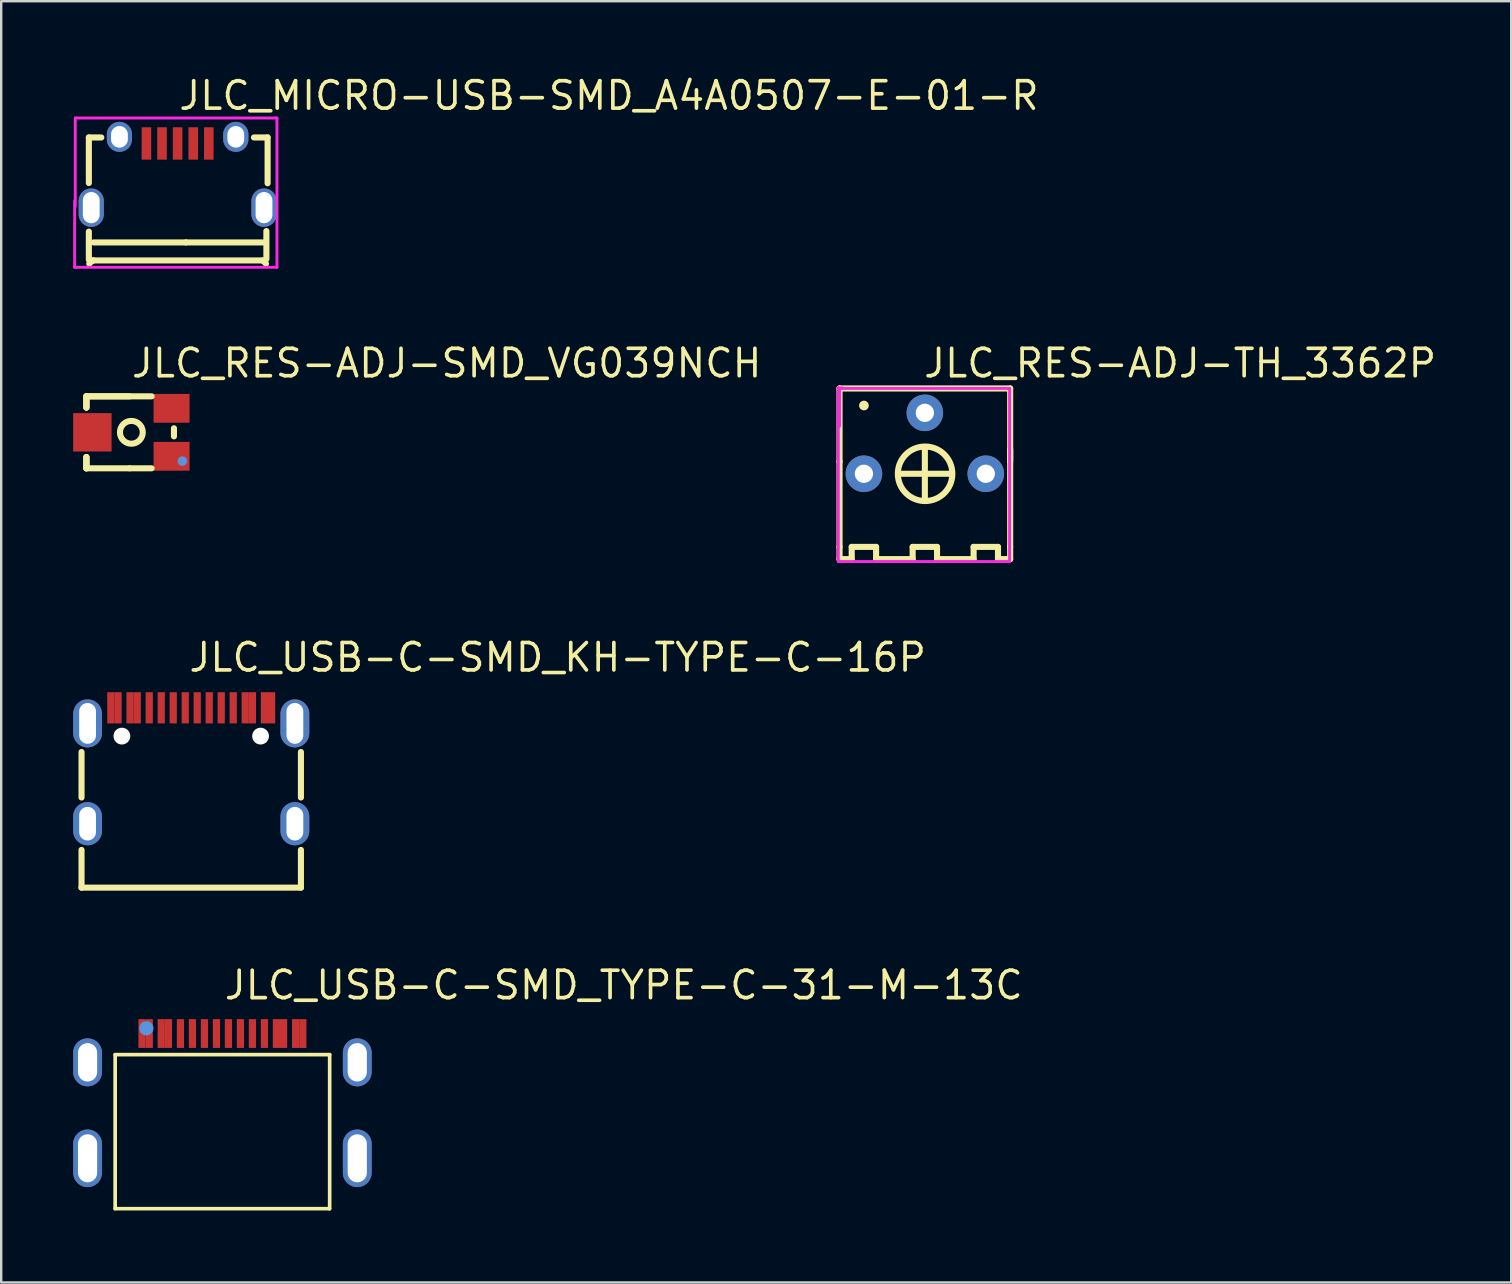
<source format=kicad_pcb>
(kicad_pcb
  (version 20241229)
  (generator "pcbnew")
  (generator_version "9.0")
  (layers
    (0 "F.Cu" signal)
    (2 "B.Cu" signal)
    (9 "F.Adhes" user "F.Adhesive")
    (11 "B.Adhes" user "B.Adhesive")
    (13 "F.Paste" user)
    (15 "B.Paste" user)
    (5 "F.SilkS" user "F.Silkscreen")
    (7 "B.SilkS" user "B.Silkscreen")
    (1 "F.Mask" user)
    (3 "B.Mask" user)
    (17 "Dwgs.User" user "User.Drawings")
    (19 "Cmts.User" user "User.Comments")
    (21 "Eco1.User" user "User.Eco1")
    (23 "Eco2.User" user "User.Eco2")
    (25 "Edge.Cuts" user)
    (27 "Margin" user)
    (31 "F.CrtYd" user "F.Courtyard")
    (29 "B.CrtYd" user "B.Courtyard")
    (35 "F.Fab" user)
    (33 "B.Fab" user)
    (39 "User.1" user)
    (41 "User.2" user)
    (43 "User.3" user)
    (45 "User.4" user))
  (footprint "JLC_RES-ADJ-TH_3362P"
    (layer "F.Cu")
    (at 35.496 15.426)
    (property "Reference" "JLC_RES-ADJ-TH_3362P" (at -0.127 -3.338 0) (layer "F.SilkS") (effects (font (size 1.143 1.143) (thickness 0.152)) (justify left)))
    (attr through_hole)
    (fp_line (start -3.556 -2.286) (end 3.556 -2.286) (stroke (width 0.254) (type solid)) (layer "F.SilkS"))
    (fp_line (start -3.556 0.762) (end -3.556 -2.286) (stroke (width 0.254) (type solid)) (layer "F.SilkS"))
    (fp_line (start -3.556 4.318) (end -3.556 0.762) (stroke (width 0.254) (type solid)) (layer "F.SilkS"))
    (fp_line (start -3.556 4.826) (end -3.556 4.318) (stroke (width 0.254) (type solid)) (layer "F.SilkS"))
    (fp_line (start -3.048 4.318) (end -3.048 4.826) (stroke (width 0.254) (type solid)) (layer "F.SilkS"))
    (fp_line (start -3.048 4.826) (end -3.556 4.826) (stroke (width 0.254) (type solid)) (layer "F.SilkS"))
    (fp_line (start -2.032 4.318) (end -3.048 4.318) (stroke (width 0.254) (type solid)) (layer "F.SilkS"))
    (fp_line (start -2.032 4.826) (end -2.032 4.318) (stroke (width 0.254) (type solid)) (layer "F.SilkS"))
    (fp_line (start -0.508 4.318) (end -0.508 4.826) (stroke (width 0.254) (type solid)) (layer "F.SilkS"))
    (fp_line (start -0.508 4.826) (end -2.032 4.826) (stroke (width 0.254) (type solid)) (layer "F.SilkS"))
    (fp_line (start 0 2.286) (end 0 0.254) (stroke (width 0.254) (type solid)) (layer "F.SilkS"))
    (fp_line (start 0.508 4.318) (end -0.508 4.318) (stroke (width 0.254) (type solid)) (layer "F.SilkS"))
    (fp_line (start 0.508 4.826) (end 0.508 4.318) (stroke (width 0.254) (type solid)) (layer "F.SilkS"))
    (fp_line (start 1.016 1.27) (end -1.016 1.27) (stroke (width 0.254) (type solid)) (layer "F.SilkS"))
    (fp_line (start 2.032 4.318) (end 2.032 4.826) (stroke (width 0.254) (type solid)) (layer "F.SilkS"))
    (fp_line (start 2.032 4.826) (end 0.508 4.826) (stroke (width 0.254) (type solid)) (layer "F.SilkS"))
    (fp_line (start 3.048 4.318) (end 2.032 4.318) (stroke (width 0.254) (type solid)) (layer "F.SilkS"))
    (fp_line (start 3.048 4.826) (end 3.048 4.318) (stroke (width 0.254) (type solid)) (layer "F.SilkS"))
    (fp_line (start 3.556 -2.286) (end 3.556 0.762) (stroke (width 0.254) (type solid)) (layer "F.SilkS"))
    (fp_line (start 3.556 0.254) (end 3.556 4.318) (stroke (width 0.254) (type solid)) (layer "F.SilkS"))
    (fp_line (start 3.556 4.318) (end 3.556 4.826) (stroke (width 0.254) (type solid)) (layer "F.SilkS"))
    (fp_line (start 3.556 4.826) (end 3.048 4.826) (stroke (width 0.254) (type solid)) (layer "F.SilkS"))
    (fp_arc (start -2.53746 -1.651) (mid -2.53873 -1.498611) (end -2.54 -1.651) (stroke (width 0.254) (type solid)) (layer "F.SilkS"))
    (fp_arc (start 0.02032 0.13462) (mid 0.01016 2.406421) (end 0 0.13462) (stroke (width 0.254) (type solid)) (layer "F.SilkS"))
    (fp_line (start -3.607 -2.311) (end -3.429 -2.311) (stroke (width 0.12) (type solid)) (layer "F.CrtYd"))
    (fp_line (start -3.607 4.928) (end -3.607 -2.311) (stroke (width 0.12) (type solid)) (layer "F.CrtYd"))
    (fp_line (start -3.556 -2.286) (end 3.531 -2.286) (stroke (width 0.12) (type solid)) (layer "F.CrtYd"))
    (fp_line (start -3.556 -0.711) (end -3.556 -2.286) (stroke (width 0.12) (type solid)) (layer "F.CrtYd"))
    (fp_line (start 3.531 -2.286) (end 3.531 4.928) (stroke (width 0.12) (type solid)) (layer "F.CrtYd"))
    (fp_line (start 3.531 4.928) (end -3.607 4.928) (stroke (width 0.12) (type solid)) (layer "F.CrtYd"))
    (pad "1" thru_hole circle (at -2.54 1.27) (size 1.524 1.524) (drill 0.762) (layers "*.Cu" "*.Mask"))
    (pad "2" thru_hole circle (at 0 -1.27) (size 1.524 1.524) (drill 0.762) (layers "*.Cu" "*.Mask"))
    (pad "3" thru_hole circle (at 2.54 1.27) (size 1.524 1.524) (drill 0.762) (layers "*.Cu" "*.Mask")))
  (footprint "JLC_USB-C-SMD_TYPE-C-31-M-13C"
    (layer "F.Cu")
    (at 6.22 42.626)
    (property "Reference" "JLC_USB-C-SMD_TYPE-C-31-M-13C" (at 0 -4.618 0) (layer "F.SilkS") (effects (font (size 1.143 1.143) (thickness 0.152)) (justify left)))
    (attr through_hole)
    (fp_line (start -4.47 -1.72) (end -4.47 4.699) (stroke (width 0.152) (type solid)) (layer "F.SilkS"))
    (fp_line (start -4.47 4.699) (end 4.46 4.699) (stroke (width 0.152) (type solid)) (layer "F.SilkS"))
    (fp_line (start 4.46 4.699) (end 4.46 4.699) (stroke (width 0.152) (type solid)) (layer "F.SilkS"))
    (fp_line (start 4.47 -1.72) (end -4.47 -1.72) (stroke (width 0.152) (type solid)) (layer "F.SilkS"))
    (fp_line (start 4.47 4.699) (end 4.47 -1.72) (stroke (width 0.152) (type solid)) (layer "F.SilkS"))
    (fp_circle (center -3.17 -2.82) (end -3.17 -2.67) (stroke (width 0.3) (type solid)) (fill no) (layer "Cmts.User"))
    (pad "A1" smd rect (at -3.35 -2.6) (size 0.3 1.2) (layers "F.Cu" "F.Mask" "F.Paste"))
    (pad "A4" smd rect (at -2.55 -2.6) (size 0.3 1.2) (layers "F.Cu" "F.Mask" "F.Paste"))
    (pad "A5" smd rect (at -1.25 -2.6) (size 0.3 1.2) (layers "F.Cu" "F.Mask" "F.Paste"))
    (pad "A6" smd rect (at -0.25 -2.6) (size 0.3 1.2) (layers "F.Cu" "F.Mask" "F.Paste"))
    (pad "A7" smd rect (at 0.25 -2.6) (size 0.3 1.2) (layers "F.Cu" "F.Mask" "F.Paste"))
    (pad "A8" smd rect (at 1.25 -2.6) (size 0.3 1.2) (layers "F.Cu" "F.Mask" "F.Paste"))
    (pad "A9" smd rect (at 2.55 -2.6) (size 0.3 1.2) (layers "F.Cu" "F.Mask" "F.Paste"))
    (pad "A12" smd rect (at 3.35 -2.6) (size 0.3 1.2) (layers "F.Cu" "F.Mask" "F.Paste"))
    (pad "B1" smd rect (at 3.05 -2.6) (size 0.3 1.2) (layers "F.Cu" "F.Mask" "F.Paste"))
    (pad "B4" smd rect (at 2.25 -2.6) (size 0.3 1.2) (layers "F.Cu" "F.Mask" "F.Paste"))
    (pad "B5" smd rect (at 1.75 -2.6) (size 0.3 1.2) (layers "F.Cu" "F.Mask" "F.Paste"))
    (pad "B6" smd rect (at 0.75 -2.6) (size 0.3 1.2) (layers "F.Cu" "F.Mask" "F.Paste"))
    (pad "B7" smd rect (at -0.75 -2.6) (size 0.3 1.2) (layers "F.Cu" "F.Mask" "F.Paste"))
    (pad "B8" smd rect (at -1.75 -2.6) (size 0.3 1.2) (layers "F.Cu" "F.Mask" "F.Paste"))
    (pad "B9" smd rect (at -2.25 -2.6) (size 0.3 1.2) (layers "F.Cu" "F.Mask" "F.Paste"))
    (pad "B12" smd rect (at -3.05 -2.6) (size 0.3 1.2) (layers "F.Cu" "F.Mask" "F.Paste"))
    (pad "S1" thru_hole oval (at -5.62 -1.4) (size 1.2 2) (drill oval 0.8 1.6) (layers "*.Cu" "*.Mask"))
    (pad "S1" thru_hole oval (at -5.62 2.6) (size 1.2 2.4) (drill oval 0.8 2) (layers "*.Cu" "*.Mask"))
    (pad "S1" thru_hole oval (at 5.62 -1.4) (size 1.2 2) (drill oval 0.8 1.6) (layers "*.Cu" "*.Mask"))
    (pad "S1" thru_hole oval (at 5.62 2.6) (size 1.2 2.4) (drill oval 0.8 2) (layers "*.Cu" "*.Mask")))
  (footprint "JLC_USB-C-SMD_KH-TYPE-C-16P"
    (layer "F.Cu")
    (at 4.92 28.865)
    (property "Reference" "JLC_USB-C-SMD_KH-TYPE-C-16P" (at -0.175 -4.515 0) (layer "F.SilkS") (effects (font (size 1.143 1.143) (thickness 0.152)) (justify left)))
    (attr through_hole)
    (fp_line (start -4.572 -0.573) (end -4.572 1.323) (stroke (width 0.254) (type solid)) (layer "F.SilkS"))
    (fp_line (start -4.572 3.507) (end -4.572 5.08) (stroke (width 0.254) (type solid)) (layer "F.SilkS"))
    (fp_line (start -4.572 5.08) (end 4.572 5.08) (stroke (width 0.254) (type solid)) (layer "F.SilkS"))
    (fp_line (start 4.572 1.323) (end 4.572 -0.573) (stroke (width 0.254) (type solid)) (layer "F.SilkS"))
    (fp_line (start 4.572 5.08) (end 4.572 3.507) (stroke (width 0.254) (type solid)) (layer "F.SilkS"))
    (pad "" np_thru_hole circle (at -2.89 -1.235) (size 0.7 0.7) (drill 0.7) (layers "*.Cu" "*.Mask"))
    (pad "" np_thru_hole circle (at 2.89 -1.235) (size 0.7 0.7) (drill 0.7) (layers "*.Cu" "*.Mask"))
    (pad "A1" smd rect (at -3.35 -2.415) (size 0.3 1.3) (layers "F.Cu" "F.Mask" "F.Paste"))
    (pad "A4" smd rect (at -2.55 -2.415) (size 0.3 1.3) (layers "F.Cu" "F.Mask" "F.Paste"))
    (pad "A5" smd rect (at -1.25 -2.415) (size 0.3 1.3) (layers "F.Cu" "F.Mask" "F.Paste"))
    (pad "A6" smd rect (at -0.25 -2.415) (size 0.3 1.3) (layers "F.Cu" "F.Mask" "F.Paste"))
    (pad "A7" smd rect (at 0.25 -2.415) (size 0.3 1.3) (layers "F.Cu" "F.Mask" "F.Paste"))
    (pad "A8" smd rect (at 1.25 -2.415) (size 0.3 1.3) (layers "F.Cu" "F.Mask" "F.Paste"))
    (pad "A9" smd rect (at 2.55 -2.415) (size 0.3 1.3) (layers "F.Cu" "F.Mask" "F.Paste"))
    (pad "A12" smd rect (at 3.35 -2.415) (size 0.3 1.3) (layers "F.Cu" "F.Mask" "F.Paste"))
    (pad "B1" smd rect (at 3.05 -2.415) (size 0.3 1.3) (layers "F.Cu" "F.Mask" "F.Paste"))
    (pad "B4" smd rect (at 2.25 -2.415) (size 0.3 1.3) (layers "F.Cu" "F.Mask" "F.Paste"))
    (pad "B5" smd rect (at 1.75 -2.415) (size 0.3 1.3) (layers "F.Cu" "F.Mask" "F.Paste"))
    (pad "B6" smd rect (at 0.75 -2.415) (size 0.3 1.3) (layers "F.Cu" "F.Mask" "F.Paste"))
    (pad "B7" smd rect (at -0.75 -2.415) (size 0.3 1.3) (layers "F.Cu" "F.Mask" "F.Paste"))
    (pad "B8" smd rect (at -1.75 -2.415) (size 0.3 1.3) (layers "F.Cu" "F.Mask" "F.Paste"))
    (pad "B9" smd rect (at -2.25 -2.415) (size 0.3 1.3) (layers "F.Cu" "F.Mask" "F.Paste"))
    (pad "B12" smd rect (at -3.05 -2.415) (size 0.3 1.3) (layers "F.Cu" "F.Mask" "F.Paste"))
    (pad "S1" thru_hole oval (at -4.32 -1.765) (size 1.2 2) (drill oval 0.7 1.7) (layers "*.Cu" "*.Mask"))
    (pad "S1" thru_hole oval (at -4.32 2.415) (size 1.2 1.8) (drill oval 0.7 1.4) (layers "*.Cu" "*.Mask"))
    (pad "S1" thru_hole oval (at 4.32 -1.765) (size 1.2 2) (drill oval 0.7 1.7) (layers "*.Cu" "*.Mask"))
    (pad "S1" thru_hole oval (at 4.32 2.415) (size 1.2 1.8) (drill oval 0.7 1.4) (layers "*.Cu" "*.Mask")))
  (footprint "JLC_MICRO-USB-SMD_A4A0507-E-01-R"
    (layer "F.Cu")
    (at 4.353 4.129)
    (property "Reference" "JLC_MICRO-USB-SMD_A4A0507-E-01-R" (at -0.03 -3.193 0) (layer "F.SilkS") (effects (font (size 1.143 1.143) (thickness 0.152)) (justify left)))
    (attr through_hole)
    (fp_line (start -3.7 -1.45) (end -3.7 0.45) (stroke (width 0.254) (type solid)) (layer "F.SilkS"))
    (fp_line (start -3.7 3.65) (end -3.7 2.475) (stroke (width 0.254) (type solid)) (layer "F.SilkS"))
    (fp_line (start -3.548 3.675) (end -3.683 3.81) (stroke (width 0.254) (type solid)) (layer "F.SilkS"))
    (fp_line (start -3.5 3.675) (end -3.548 3.675) (stroke (width 0.254) (type solid)) (layer "F.SilkS"))
    (fp_line (start -3.181 -1.45) (end -3.7 -1.45) (stroke (width 0.254) (type solid)) (layer "F.SilkS"))
    (fp_line (start 0.35 2.925) (end -3.5 2.925) (stroke (width 0.254) (type solid)) (layer "F.SilkS"))
    (fp_line (start 0.35 2.925) (end 3.556 2.925) (stroke (width 0.254) (type solid)) (layer "F.SilkS"))
    (fp_line (start 3.5 3.675) (end -3.5 3.675) (stroke (width 0.254) (type solid)) (layer "F.SilkS"))
    (fp_line (start 3.556 3.675) (end 3.556 3.683) (stroke (width 0.254) (type solid)) (layer "F.SilkS"))
    (fp_line (start 3.556 3.683) (end 3.683 3.81) (stroke (width 0.254) (type solid)) (layer "F.SilkS"))
    (fp_line (start 3.7 2.45) (end 3.7 3.62) (stroke (width 0.254) (type solid)) (layer "F.SilkS"))
    (fp_line (start 3.75 -1.45) (end 3.181 -1.45) (stroke (width 0.254) (type solid)) (layer "F.SilkS"))
    (fp_line (start 3.75 0.459) (end 3.75 -1.45) (stroke (width 0.254) (type solid)) (layer "F.SilkS"))
    (fp_line (start -4.293 3.962) (end -4.293 1.194) (stroke (width 0.12) (type solid)) (layer "F.CrtYd"))
    (fp_line (start -4.267 -2.261) (end 4.14 -2.261) (stroke (width 0.12) (type solid)) (layer "F.CrtYd"))
    (fp_line (start -4.267 1.422) (end -4.267 -2.261) (stroke (width 0.12) (type solid)) (layer "F.CrtYd"))
    (fp_line (start -4.216 3.962) (end -4.293 3.962) (stroke (width 0.12) (type solid)) (layer "F.CrtYd"))
    (fp_line (start 4.14 -2.261) (end 4.14 3.962) (stroke (width 0.12) (type solid)) (layer "F.CrtYd"))
    (fp_line (start 4.14 3.962) (end -4.216 3.962) (stroke (width 0.12) (type solid)) (layer "F.CrtYd"))
    (pad "1" smd rect (at -1.3 -1.2) (size 0.4 1.35) (layers "F.Cu" "F.Mask" "F.Paste"))
    (pad "2" smd rect (at -0.65 -1.2) (size 0.4 1.35) (layers "F.Cu" "F.Mask" "F.Paste"))
    (pad "3" smd rect (at -0.000025 -1.2) (size 0.4 1.35) (layers "F.Cu" "F.Mask" "F.Paste"))
    (pad "4" smd rect (at 0.65 -1.2) (size 0.4 1.35) (layers "F.Cu" "F.Mask" "F.Paste"))
    (pad "5" smd rect (at 1.3 -1.2) (size 0.4 1.35) (layers "F.Cu" "F.Mask" "F.Paste"))
    (pad "6" thru_hole oval (at -2.425 -1.475) (size 1.05 1.25) (drill oval 0.7 0.9) (layers "*.Cu" "*.Mask"))
    (pad "7" thru_hole oval (at 2.425 -1.475) (size 1.05 1.25) (drill oval 0.7 0.9) (layers "*.Cu" "*.Mask"))
    (pad "8" thru_hole oval (at -3.6 1.475) (size 1.05 1.6) (drill oval 0.7 1.3) (layers "*.Cu" "*.Mask"))
    (pad "9" thru_hole oval (at 3.6 1.475) (size 1.05 1.6) (drill oval 0.7 1.3) (layers "*.Cu" "*.Mask")))
  (footprint "JLC_RES-ADJ-SMD_VG039NCH"
    (layer "F.Cu")
    (at 2.45 14.968)
    (property "Reference" "JLC_RES-ADJ-SMD_VG039NCH" (at -0.1 -2.88 0) (layer "F.SilkS") (effects (font (size 1.143 1.143) (thickness 0.152)) (justify left)))
    (attr through_hole)
    (fp_line (start -1.9 -1.5) (end 0.819 -1.5) (stroke (width 0.254) (type solid)) (layer "F.SilkS"))
    (fp_line (start -1.9 -1.031) (end -1.9 -1.5) (stroke (width 0.254) (type solid)) (layer "F.SilkS"))
    (fp_line (start -1.9 -1.031) (end -1.9 -1.5) (stroke (width 0.254) (type solid)) (layer "F.SilkS"))
    (fp_line (start -1.9 -1.031) (end -1.9 -1.5) (stroke (width 0.254) (type solid)) (layer "F.SilkS"))
    (fp_line (start -1.9 1.5) (end -1.9 1.031) (stroke (width 0.254) (type solid)) (layer "F.SilkS"))
    (fp_line (start -1.9 1.5) (end -1.9 1.031) (stroke (width 0.254) (type solid)) (layer "F.SilkS"))
    (fp_line (start -1.9 1.5) (end -1.9 1.031) (stroke (width 0.254) (type solid)) (layer "F.SilkS"))
    (fp_line (start -0.1 -1.5) (end -1.9 -1.5) (stroke (width 0.254) (type solid)) (layer "F.SilkS"))
    (fp_line (start -0.1 1.5) (end -1.9 1.5) (stroke (width 0.254) (type solid)) (layer "F.SilkS"))
    (fp_line (start -0.1 1.5) (end 0.819 1.5) (stroke (width 0.254) (type solid)) (layer "F.SilkS"))
    (fp_line (start 1.75 0.169) (end 1.75 -0.169) (stroke (width 0.254) (type solid)) (layer "F.SilkS"))
    (fp_circle (center -0.025 -0.000254) (end -0.025 0.475) (stroke (width 0.254) (type solid)) (fill no) (layer "F.SilkS"))
    (fp_circle (center 2.1 1.2) (end 2.1 1.3) (stroke (width 0.2) (type solid)) (fill no) (layer "Cmts.User"))
    (pad "1" smd rect (at 1.65 1 90) (size 1.2 1.5) (layers "F.Cu" "F.Mask" "F.Paste"))
    (pad "2" smd rect (at -1.65 0 90) (size 1.6 1.6) (layers "F.Cu" "F.Mask" "F.Paste"))
    (pad "3" smd rect (at 1.65 -1 90) (size 1.2 1.5) (layers "F.Cu" "F.Mask" "F.Paste")))
  (gr_rect
    (start -3 -3)
    (end 59.934 50.401)
    (stroke (width 0.1) (type default))
    (fill no)
    (layer "Edge.Cuts")))
</source>
